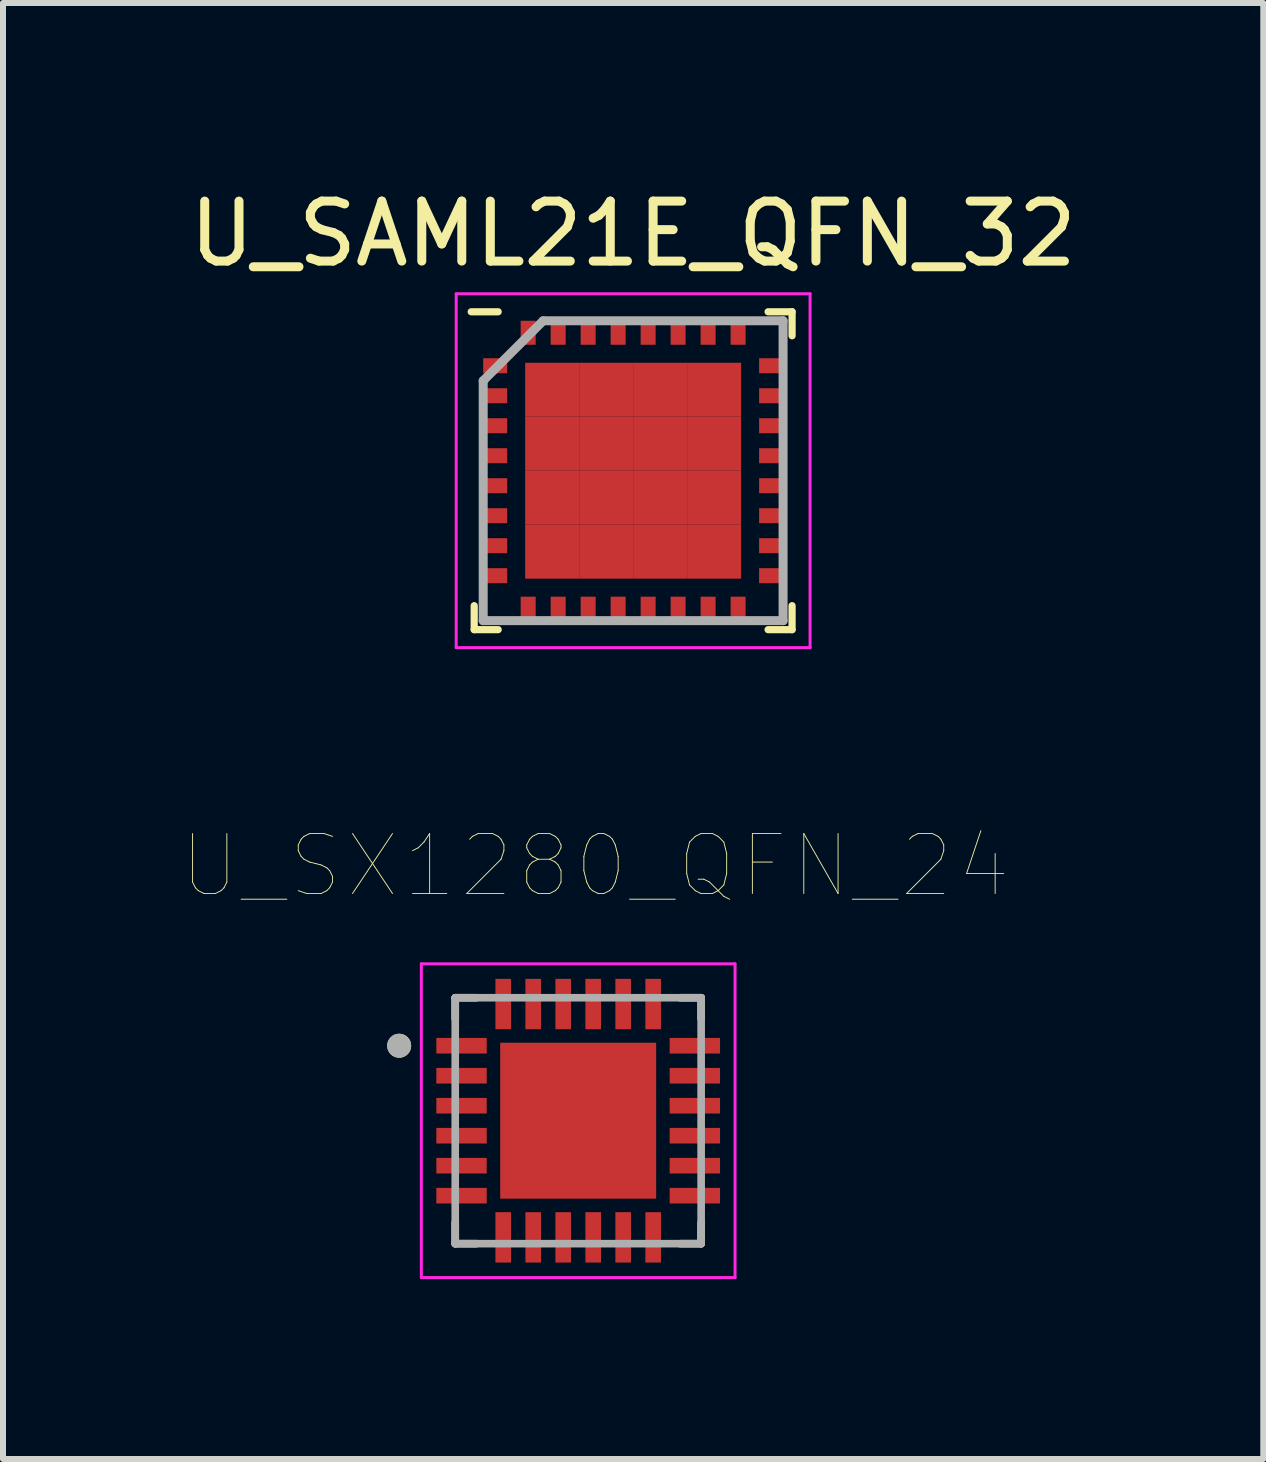
<source format=kicad_pcb>
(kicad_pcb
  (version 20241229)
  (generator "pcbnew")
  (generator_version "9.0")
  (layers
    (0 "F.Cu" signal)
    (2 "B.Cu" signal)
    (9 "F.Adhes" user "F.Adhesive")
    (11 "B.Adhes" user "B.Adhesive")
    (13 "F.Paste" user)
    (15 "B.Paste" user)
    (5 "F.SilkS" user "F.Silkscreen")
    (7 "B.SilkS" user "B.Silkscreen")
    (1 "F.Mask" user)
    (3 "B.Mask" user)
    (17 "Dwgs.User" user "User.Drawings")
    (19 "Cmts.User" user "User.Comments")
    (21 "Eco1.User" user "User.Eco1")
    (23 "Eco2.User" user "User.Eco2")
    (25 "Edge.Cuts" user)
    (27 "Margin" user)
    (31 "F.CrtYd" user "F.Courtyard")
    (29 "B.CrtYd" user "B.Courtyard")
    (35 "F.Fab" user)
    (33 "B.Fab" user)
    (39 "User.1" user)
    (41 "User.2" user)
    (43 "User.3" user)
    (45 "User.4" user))
  (footprint "U_SAML21E_QFN_32"
    (layer "F.Cu")
    (at 7.506 4.798)
    (property "Reference" "U_SAML21E_QFN_32" (at 0 -3.95 0) (layer "F.SilkS") (effects (font (size 1 1) (thickness 0.15))))
    (attr smd)
    (fp_line (start -2.65 2.65) (end -2.65 2.25) (stroke (width 0.12) (type solid)) (layer "F.SilkS"))
    (fp_line (start -2.25 -2.65) (end -2.7 -2.65) (stroke (width 0.12) (type solid)) (layer "F.SilkS"))
    (fp_line (start -2.25 2.65) (end -2.65 2.65) (stroke (width 0.12) (type solid)) (layer "F.SilkS"))
    (fp_line (start 2.25 -2.65) (end 2.65 -2.65) (stroke (width 0.12) (type solid)) (layer "F.SilkS"))
    (fp_line (start 2.25 2.65) (end 2.65 2.65) (stroke (width 0.12) (type solid)) (layer "F.SilkS"))
    (fp_line (start 2.65 -2.65) (end 2.65 -2.25) (stroke (width 0.12) (type solid)) (layer "F.SilkS"))
    (fp_line (start 2.65 2.65) (end 2.65 2.25) (stroke (width 0.12) (type solid)) (layer "F.SilkS"))
    (fp_line (start -2.95 -2.95) (end 2.95 -2.95) (stroke (width 0.05) (type solid)) (layer "F.CrtYd"))
    (fp_line (start -2.95 2.95) (end -2.95 -2.95) (stroke (width 0.05) (type solid)) (layer "F.CrtYd"))
    (fp_line (start 2.95 -2.95) (end 2.95 2.95) (stroke (width 0.05) (type solid)) (layer "F.CrtYd"))
    (fp_line (start 2.95 2.95) (end -2.95 2.95) (stroke (width 0.05) (type solid)) (layer "F.CrtYd"))
    (fp_line (start -2.5 -1.5) (end -2.5 2.5) (stroke (width 0.15) (type solid)) (layer "F.Fab"))
    (fp_line (start -2.5 2.5) (end 2.5 2.5) (stroke (width 0.15) (type solid)) (layer "F.Fab"))
    (fp_line (start -1.5 -2.5) (end -2.5 -1.5) (stroke (width 0.15) (type solid)) (layer "F.Fab"))
    (fp_line (start 2.5 -2.5) (end -1.5 -2.5) (stroke (width 0.15) (type solid)) (layer "F.Fab"))
    (fp_line (start 2.5 2.5) (end 2.5 -2.5) (stroke (width 0.15) (type solid)) (layer "F.Fab"))
    (pad "1" smd rect (at -2.3 -1.75 90) (size 0.25 0.4) (layers "F.Cu" "F.Mask" "F.Paste"))
    (pad "2" smd rect (at -2.3 -1.25 90) (size 0.25 0.4) (layers "F.Cu" "F.Mask" "F.Paste"))
    (pad "3" smd rect (at -2.3 -0.75 90) (size 0.25 0.4) (layers "F.Cu" "F.Mask" "F.Paste"))
    (pad "4" smd rect (at -2.3 -0.25 90) (size 0.25 0.4) (layers "F.Cu" "F.Mask" "F.Paste"))
    (pad "5" smd rect (at -2.3 0.25 90) (size 0.25 0.4) (layers "F.Cu" "F.Mask" "F.Paste"))
    (pad "6" smd rect (at -2.3 0.75 90) (size 0.25 0.4) (layers "F.Cu" "F.Mask" "F.Paste"))
    (pad "7" smd rect (at -2.3 1.25 90) (size 0.25 0.4) (layers "F.Cu" "F.Mask" "F.Paste"))
    (pad "8" smd rect (at -2.3 1.75 90) (size 0.25 0.4) (layers "F.Cu" "F.Mask" "F.Paste"))
    (pad "9" smd rect (at -1.75 2.3) (size 0.25 0.4) (layers "F.Cu" "F.Mask" "F.Paste"))
    (pad "10" smd rect (at -1.25 2.3) (size 0.25 0.4) (layers "F.Cu" "F.Mask" "F.Paste"))
    (pad "11" smd rect (at -0.75 2.3) (size 0.25 0.4) (layers "F.Cu" "F.Mask" "F.Paste"))
    (pad "12" smd rect (at -0.25 2.3) (size 0.25 0.4) (layers "F.Cu" "F.Mask" "F.Paste"))
    (pad "13" smd rect (at 0.25 2.3) (size 0.25 0.4) (layers "F.Cu" "F.Mask" "F.Paste"))
    (pad "14" smd rect (at 0.75 2.3) (size 0.25 0.4) (layers "F.Cu" "F.Mask" "F.Paste"))
    (pad "15" smd rect (at 1.25 2.3) (size 0.25 0.4) (layers "F.Cu" "F.Mask" "F.Paste"))
    (pad "16" smd rect (at 1.75 2.3) (size 0.25 0.4) (layers "F.Cu" "F.Mask" "F.Paste"))
    (pad "17" smd rect (at 2.3 1.75 90) (size 0.25 0.4) (layers "F.Cu" "F.Mask" "F.Paste"))
    (pad "18" smd rect (at 2.3 1.25 90) (size 0.25 0.4) (layers "F.Cu" "F.Mask" "F.Paste"))
    (pad "19" smd rect (at 2.3 0.75 90) (size 0.25 0.4) (layers "F.Cu" "F.Mask" "F.Paste"))
    (pad "20" smd rect (at 2.3 0.25 90) (size 0.25 0.4) (layers "F.Cu" "F.Mask" "F.Paste"))
    (pad "21" smd rect (at 2.3 -0.25 90) (size 0.25 0.4) (layers "F.Cu" "F.Mask" "F.Paste"))
    (pad "22" smd rect (at 2.3 -0.75 90) (size 0.25 0.4) (layers "F.Cu" "F.Mask" "F.Paste"))
    (pad "23" smd rect (at 2.3 -1.25 90) (size 0.25 0.4) (layers "F.Cu" "F.Mask" "F.Paste"))
    (pad "24" smd rect (at 2.3 -1.75 90) (size 0.25 0.4) (layers "F.Cu" "F.Mask" "F.Paste"))
    (pad "25" smd rect (at 1.75 -2.3) (size 0.25 0.4) (layers "F.Cu" "F.Mask" "F.Paste"))
    (pad "26" smd rect (at 1.25 -2.3) (size 0.25 0.4) (layers "F.Cu" "F.Mask" "F.Paste"))
    (pad "27" smd rect (at 0.75 -2.3) (size 0.25 0.4) (layers "F.Cu" "F.Mask" "F.Paste"))
    (pad "28" smd rect (at 0.25 -2.3) (size 0.25 0.4) (layers "F.Cu" "F.Mask" "F.Paste"))
    (pad "29" smd rect (at -0.25 -2.3) (size 0.25 0.4) (layers "F.Cu" "F.Mask" "F.Paste"))
    (pad "30" smd rect (at -0.75 -2.3) (size 0.25 0.4) (layers "F.Cu" "F.Mask" "F.Paste"))
    (pad "31" smd rect (at -1.25 -2.3) (size 0.25 0.4) (layers "F.Cu" "F.Mask" "F.Paste"))
    (pad "32" smd rect (at -1.75 -2.3) (size 0.25 0.4) (layers "F.Cu" "F.Mask" "F.Paste"))
    (pad "33" smd rect (at -1.35 -1.35) (size 0.9 0.9) (layers "F.Cu" "F.Mask" "F.Paste"))
    (pad "33" smd rect (at -1.35 -0.45) (size 0.9 0.9) (layers "F.Cu" "F.Mask" "F.Paste"))
    (pad "33" smd rect (at -1.35 0.45) (size 0.9 0.9) (layers "F.Cu" "F.Mask" "F.Paste"))
    (pad "33" smd rect (at -1.35 1.35) (size 0.9 0.9) (layers "F.Cu" "F.Mask" "F.Paste"))
    (pad "33" smd rect (at -0.45 -1.35) (size 0.9 0.9) (layers "F.Cu" "F.Mask" "F.Paste"))
    (pad "33" smd rect (at -0.45 -0.45) (size 0.9 0.9) (layers "F.Cu" "F.Mask" "F.Paste"))
    (pad "33" smd rect (at -0.45 0.45) (size 0.9 0.9) (layers "F.Cu" "F.Mask" "F.Paste"))
    (pad "33" smd rect (at -0.45 1.35) (size 0.9 0.9) (layers "F.Cu" "F.Mask" "F.Paste"))
    (pad "33" smd rect (at 0.45 -1.35) (size 0.9 0.9) (layers "F.Cu" "F.Mask" "F.Paste"))
    (pad "33" smd rect (at 0.45 -0.45) (size 0.9 0.9) (layers "F.Cu" "F.Mask" "F.Paste"))
    (pad "33" smd rect (at 0.45 0.45) (size 0.9 0.9) (layers "F.Cu" "F.Mask" "F.Paste"))
    (pad "33" smd rect (at 0.45 1.35) (size 0.9 0.9) (layers "F.Cu" "F.Mask" "F.Paste"))
    (pad "33" smd rect (at 1.35 -1.35) (size 0.9 0.9) (layers "F.Cu" "F.Mask" "F.Paste"))
    (pad "33" smd rect (at 1.35 -0.45) (size 0.9 0.9) (layers "F.Cu" "F.Mask" "F.Paste"))
    (pad "33" smd rect (at 1.35 0.45) (size 0.9 0.9) (layers "F.Cu" "F.Mask" "F.Paste"))
    (pad "33" smd rect (at 1.35 1.35) (size 0.9 0.9) (layers "F.Cu" "F.Mask" "F.Paste")))
  (footprint "U_SX1280_QFN_24"
    (layer "F.Cu")
    (at 6.59 15.635)
    (property "Reference" "U_SX1280_QFN_24" (at 0.285 -4.25 0) (layer "F.SilkS") (effects (font (size 1 1) (thickness 0.015))))
    (attr through_hole)
    (fp_line (start -2.05 -2.05) (end -2.05 -1.7) (stroke (width 0.127) (type solid)) (layer "F.SilkS"))
    (fp_line (start -2.05 -2.05) (end -1.7 -2.05) (stroke (width 0.127) (type solid)) (layer "F.SilkS"))
    (fp_line (start -2.05 2.05) (end -2.05 1.7) (stroke (width 0.127) (type solid)) (layer "F.SilkS"))
    (fp_line (start -2.05 2.05) (end -1.7 2.05) (stroke (width 0.127) (type solid)) (layer "F.SilkS"))
    (fp_line (start 2.05 -2.05) (end 1.7 -2.05) (stroke (width 0.127) (type solid)) (layer "F.SilkS"))
    (fp_line (start 2.05 -2.05) (end 2.05 -1.7) (stroke (width 0.127) (type solid)) (layer "F.SilkS"))
    (fp_line (start 2.05 2.05) (end 1.7 2.05) (stroke (width 0.127) (type solid)) (layer "F.SilkS"))
    (fp_line (start 2.05 2.05) (end 2.05 1.7) (stroke (width 0.127) (type solid)) (layer "F.SilkS"))
    (fp_circle (center -2.985 -1.25) (end -2.885 -1.25) (stroke (width 0.2) (type solid)) (fill no) (layer "F.SilkS"))
    (fp_poly (pts (xy -0.82 -0.82) (xy 0.82 -0.82) (xy 0.82 0.82) (xy -0.82 0.82)) (stroke (width 0.01) (type solid)) (fill yes) (layer "F.Paste"))
    (fp_line (start -2.615 -2.615) (end 2.615 -2.615) (stroke (width 0.05) (type solid)) (layer "F.CrtYd"))
    (fp_line (start -2.615 2.615) (end -2.615 -2.615) (stroke (width 0.05) (type solid)) (layer "F.CrtYd"))
    (fp_line (start -2.615 2.615) (end 2.615 2.615) (stroke (width 0.05) (type solid)) (layer "F.CrtYd"))
    (fp_line (start 2.615 2.615) (end 2.615 -2.615) (stroke (width 0.05) (type solid)) (layer "F.CrtYd"))
    (fp_line (start -2.05 2.05) (end -2.05 -2.05) (stroke (width 0.127) (type solid)) (layer "F.Fab"))
    (fp_line (start 2.05 -2.05) (end -2.05 -2.05) (stroke (width 0.127) (type solid)) (layer "F.Fab"))
    (fp_line (start 2.05 2.05) (end -2.05 2.05) (stroke (width 0.127) (type solid)) (layer "F.Fab"))
    (fp_line (start 2.05 2.05) (end 2.05 -2.05) (stroke (width 0.127) (type solid)) (layer "F.Fab"))
    (fp_circle (center -2.985 -1.25) (end -2.885 -1.25) (stroke (width 0.2) (type solid)) (fill no) (layer "F.Fab"))
    (pad "1" smd rect (at -1.945 -1.25) (size 0.84 0.26) (layers "F.Cu" "F.Mask" "F.Paste"))
    (pad "2" smd rect (at -1.945 -0.75) (size 0.84 0.26) (layers "F.Cu" "F.Mask" "F.Paste"))
    (pad "3" smd rect (at -1.945 -0.25) (size 0.84 0.26) (layers "F.Cu" "F.Mask" "F.Paste"))
    (pad "4" smd rect (at -1.945 0.25) (size 0.84 0.26) (layers "F.Cu" "F.Mask" "F.Paste"))
    (pad "5" smd rect (at -1.945 0.75) (size 0.84 0.26) (layers "F.Cu" "F.Mask" "F.Paste"))
    (pad "6" smd rect (at -1.945 1.25) (size 0.84 0.26) (layers "F.Cu" "F.Mask" "F.Paste"))
    (pad "7" smd rect (at -1.25 1.945) (size 0.26 0.84) (layers "F.Cu" "F.Mask" "F.Paste"))
    (pad "8" smd rect (at -0.75 1.945) (size 0.26 0.84) (layers "F.Cu" "F.Mask" "F.Paste"))
    (pad "9" smd rect (at -0.25 1.945) (size 0.26 0.84) (layers "F.Cu" "F.Mask" "F.Paste"))
    (pad "10" smd rect (at 0.25 1.945) (size 0.26 0.84) (layers "F.Cu" "F.Mask" "F.Paste"))
    (pad "11" smd rect (at 0.75 1.945) (size 0.26 0.84) (layers "F.Cu" "F.Mask" "F.Paste"))
    (pad "12" smd rect (at 1.25 1.945) (size 0.26 0.84) (layers "F.Cu" "F.Mask" "F.Paste"))
    (pad "13" smd rect (at 1.945 1.25) (size 0.84 0.26) (layers "F.Cu" "F.Mask" "F.Paste"))
    (pad "14" smd rect (at 1.945 0.75) (size 0.84 0.26) (layers "F.Cu" "F.Mask" "F.Paste"))
    (pad "15" smd rect (at 1.945 0.25) (size 0.84 0.26) (layers "F.Cu" "F.Mask" "F.Paste"))
    (pad "16" smd rect (at 1.945 -0.25) (size 0.84 0.26) (layers "F.Cu" "F.Mask" "F.Paste"))
    (pad "17" smd rect (at 1.945 -0.75) (size 0.84 0.26) (layers "F.Cu" "F.Mask" "F.Paste"))
    (pad "18" smd rect (at 1.945 -1.25) (size 0.84 0.26) (layers "F.Cu" "F.Mask" "F.Paste"))
    (pad "19" smd rect (at 1.25 -1.945) (size 0.26 0.84) (layers "F.Cu" "F.Mask" "F.Paste"))
    (pad "20" smd rect (at 0.75 -1.945) (size 0.26 0.84) (layers "F.Cu" "F.Mask" "F.Paste"))
    (pad "21" smd rect (at 0.25 -1.945) (size 0.26 0.84) (layers "F.Cu" "F.Mask" "F.Paste"))
    (pad "22" smd rect (at -0.25 -1.945) (size 0.26 0.84) (layers "F.Cu" "F.Mask" "F.Paste"))
    (pad "23" smd rect (at -0.75 -1.945) (size 0.26 0.84) (layers "F.Cu" "F.Mask" "F.Paste"))
    (pad "24" smd rect (at -1.25 -1.945) (size 0.26 0.84) (layers "F.Cu" "F.Mask" "F.Paste"))
    (pad "25" smd rect (at 0 0) (size 2.6 2.6) (layers "F.Cu" "F.Mask")))
  (gr_rect
    (start -3 -3)
    (end 18.012 21.275)
    (stroke (width 0.1) (type default))
    (fill no)
    (layer "Edge.Cuts")))
</source>
